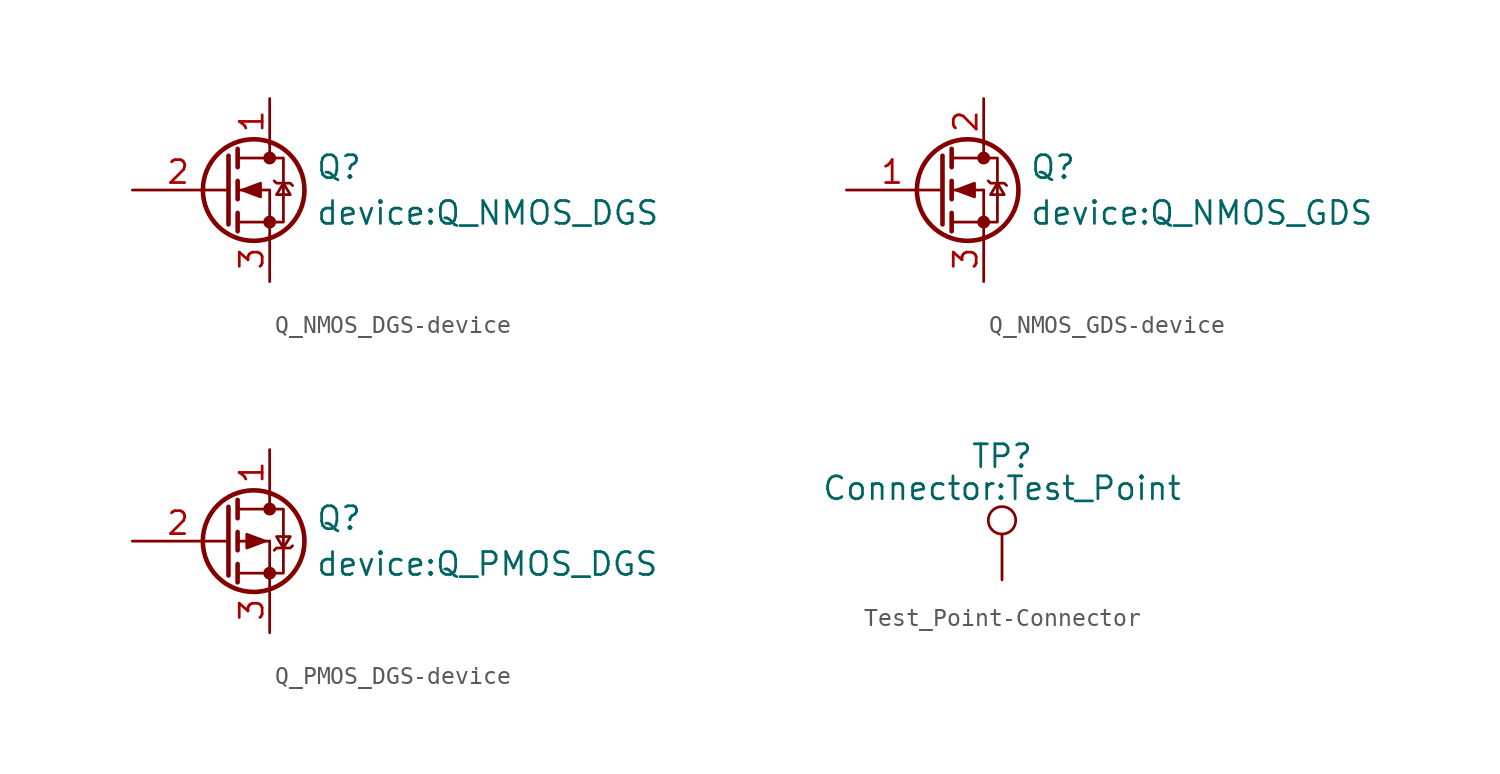
<source format=kicad_sym>
(kicad_symbol_lib
  (version 20241209)
  (generator "kicad_symbol_editor")
  (generator_version "9.0")
  (symbol "Q_NMOS_DGS-device"
    (pin_names
      (offset 0)
      (hide yes))
    (property "Reference" "Q"
      (at 5.08 1.27 0)
      (effects (font (size 1.27 1.27)) (justify left)))
    (property "Value" "device:Q_NMOS_DGS"
      (at 5.08 -1.27 0)
      (effects (font (size 1.27 1.27)) (justify left)))
    (symbol "Q_NMOS_DGS-device_0_1"
      (polyline (pts (xy 0.051 0) (xy 0.254 0)) (stroke (width 0) (type solid)) (fill (type none)))
      (polyline (pts (xy 0.254 1.905) (xy 0.254 -1.905) (xy 0.254 -1.905)) (stroke (width 0.254) (type solid)) (fill (type none)))
      (polyline (pts (xy 0.762 2.286) (xy 0.762 1.27)) (stroke (width 0.254) (type solid)) (fill (type none)))
      (polyline (pts (xy 0.762 1.778) (xy 2.54 1.778)) (stroke (width 0) (type solid)) (fill (type none)))
      (polyline (pts (xy 0.762 0.508) (xy 0.762 -0.508)) (stroke (width 0.254) (type solid)) (fill (type none)))
      (polyline (pts (xy 0.762 0) (xy 2.54 0)) (stroke (width 0) (type solid)) (fill (type none)))
      (polyline (pts (xy 0.762 -1.27) (xy 0.762 -2.286)) (stroke (width 0.254) (type solid)) (fill (type none)))
      (polyline (pts (xy 0.762 -1.778) (xy 2.54 -1.778)) (stroke (width 0) (type solid)) (fill (type none)))
      (polyline (pts (xy 1.016 0) (xy 2.032 0.381) (xy 2.032 -0.381) (xy 1.016 0)) (stroke (width 0) (type solid)) (fill (type outline)))
      (circle (center 1.651 0) (radius 2.819) (stroke (width 0.254) (type solid)) (fill (type none)))
      (polyline (pts (xy 2.54 2.54) (xy 2.54 1.778)) (stroke (width 0) (type solid)) (fill (type none)))
      (circle (center 2.54 1.778) (radius 0.279) (stroke (width 0) (type solid)) (fill (type outline)))
      (polyline (pts (xy 2.54 -1.778) (xy 2.54 0)) (stroke (width 0) (type solid)) (fill (type none)))
      (polyline (pts (xy 2.54 -1.778) (xy 2.54 -2.54)) (stroke (width 0) (type solid)) (fill (type none)))
      (polyline (pts (xy 2.54 -1.778) (xy 3.302 -1.778) (xy 3.302 1.778) (xy 2.54 1.778)) (stroke (width 0) (type solid)) (fill (type none)))
      (circle (center 2.54 -1.778) (radius 0.279) (stroke (width 0) (type solid)) (fill (type outline)))
      (polyline (pts (xy 2.794 0.508) (xy 2.921 0.381) (xy 3.683 0.381) (xy 3.81 0.254)) (stroke (width 0) (type solid)) (fill (type none)))
      (polyline (pts (xy 3.302 0.381) (xy 2.921 -0.254) (xy 3.683 -0.254) (xy 3.302 0.381)) (stroke (width 0) (type solid)) (fill (type none))))
    (symbol "Q_NMOS_DGS-device_1_1"
      (pin input line (at -5.08 0 0) (length 5.08) (name "G" (effects (font (size 1.27 1.27)))) (number "2" (effects (font (size 1.27 1.27)))))
      (pin passive line (at 2.54 5.08 270) (length 2.54) (name "D" (effects (font (size 1.27 1.27)))) (number "1" (effects (font (size 1.27 1.27)))))
      (pin passive line (at 2.54 -5.08 90) (length 2.54) (name "S" (effects (font (size 1.27 1.27)))) (number "3" (effects (font (size 1.27 1.27)))))))
  (symbol "Q_NMOS_GDS-device"
    (pin_names
      (offset 0)
      (hide yes))
    (property "Reference" "Q"
      (at 5.08 1.27 0)
      (effects (font (size 1.27 1.27)) (justify left)))
    (property "Value" "device:Q_NMOS_GDS"
      (at 5.08 -1.27 0)
      (effects (font (size 1.27 1.27)) (justify left)))
    (symbol "Q_NMOS_GDS-device_0_1"
      (polyline (pts (xy 0.051 0) (xy 0.254 0)) (stroke (width 0) (type solid)) (fill (type none)))
      (polyline (pts (xy 0.254 1.905) (xy 0.254 -1.905) (xy 0.254 -1.905)) (stroke (width 0.254) (type solid)) (fill (type none)))
      (polyline (pts (xy 0.762 2.286) (xy 0.762 1.27)) (stroke (width 0.254) (type solid)) (fill (type none)))
      (polyline (pts (xy 0.762 1.778) (xy 2.54 1.778)) (stroke (width 0) (type solid)) (fill (type none)))
      (polyline (pts (xy 0.762 0.508) (xy 0.762 -0.508)) (stroke (width 0.254) (type solid)) (fill (type none)))
      (polyline (pts (xy 0.762 0) (xy 2.54 0)) (stroke (width 0) (type solid)) (fill (type none)))
      (polyline (pts (xy 0.762 -1.27) (xy 0.762 -2.286)) (stroke (width 0.254) (type solid)) (fill (type none)))
      (polyline (pts (xy 0.762 -1.778) (xy 2.54 -1.778)) (stroke (width 0) (type solid)) (fill (type none)))
      (polyline (pts (xy 1.016 0) (xy 2.032 0.381) (xy 2.032 -0.381) (xy 1.016 0)) (stroke (width 0) (type solid)) (fill (type outline)))
      (circle (center 1.651 0) (radius 2.819) (stroke (width 0.254) (type solid)) (fill (type none)))
      (polyline (pts (xy 2.54 2.54) (xy 2.54 1.778)) (stroke (width 0) (type solid)) (fill (type none)))
      (circle (center 2.54 1.778) (radius 0.279) (stroke (width 0) (type solid)) (fill (type outline)))
      (polyline (pts (xy 2.54 -1.778) (xy 2.54 0)) (stroke (width 0) (type solid)) (fill (type none)))
      (polyline (pts (xy 2.54 -1.778) (xy 2.54 -2.54)) (stroke (width 0) (type solid)) (fill (type none)))
      (polyline (pts (xy 2.54 -1.778) (xy 3.302 -1.778) (xy 3.302 1.778) (xy 2.54 1.778)) (stroke (width 0) (type solid)) (fill (type none)))
      (circle (center 2.54 -1.778) (radius 0.279) (stroke (width 0) (type solid)) (fill (type outline)))
      (polyline (pts (xy 2.794 0.508) (xy 2.921 0.381) (xy 3.683 0.381) (xy 3.81 0.254)) (stroke (width 0) (type solid)) (fill (type none)))
      (polyline (pts (xy 3.302 0.381) (xy 2.921 -0.254) (xy 3.683 -0.254) (xy 3.302 0.381)) (stroke (width 0) (type solid)) (fill (type none))))
    (symbol "Q_NMOS_GDS-device_1_1"
      (pin input line (at -5.08 0 0) (length 5.08) (name "G" (effects (font (size 1.27 1.27)))) (number "1" (effects (font (size 1.27 1.27)))))
      (pin passive line (at 2.54 5.08 270) (length 2.54) (name "D" (effects (font (size 1.27 1.27)))) (number "2" (effects (font (size 1.27 1.27)))))
      (pin passive line (at 2.54 -5.08 90) (length 2.54) (name "S" (effects (font (size 1.27 1.27)))) (number "3" (effects (font (size 1.27 1.27)))))))
  (symbol "Q_PMOS_DGS-device"
    (pin_names
      (offset 0)
      (hide yes))
    (property "Reference" "Q"
      (at 5.08 1.27 0)
      (effects (font (size 1.27 1.27)) (justify left)))
    (property "Value" "device:Q_PMOS_DGS"
      (at 5.08 -1.27 0)
      (effects (font (size 1.27 1.27)) (justify left)))
    (symbol "Q_PMOS_DGS-device_0_1"
      (polyline (pts (xy 0.051 0) (xy 0.254 0)) (stroke (width 0) (type solid)) (fill (type none)))
      (polyline (pts (xy 0.254 1.905) (xy 0.254 -1.905) (xy 0.254 -1.905)) (stroke (width 0.254) (type solid)) (fill (type none)))
      (polyline (pts (xy 0.762 2.286) (xy 0.762 1.27)) (stroke (width 0.254) (type solid)) (fill (type none)))
      (polyline (pts (xy 0.762 1.778) (xy 2.54 1.778)) (stroke (width 0) (type solid)) (fill (type none)))
      (polyline (pts (xy 0.762 0.508) (xy 0.762 -0.508)) (stroke (width 0.254) (type solid)) (fill (type none)))
      (polyline (pts (xy 0.762 0) (xy 2.54 0)) (stroke (width 0) (type solid)) (fill (type none)))
      (polyline (pts (xy 0.762 -1.27) (xy 0.762 -2.286)) (stroke (width 0.254) (type solid)) (fill (type none)))
      (polyline (pts (xy 0.762 -1.778) (xy 2.54 -1.778)) (stroke (width 0) (type solid)) (fill (type none)))
      (circle (center 1.651 0) (radius 2.819) (stroke (width 0.254) (type solid)) (fill (type none)))
      (polyline (pts (xy 2.286 0) (xy 1.27 -0.381) (xy 1.27 0.381) (xy 2.286 0)) (stroke (width 0) (type solid)) (fill (type outline)))
      (polyline (pts (xy 2.54 2.54) (xy 2.54 1.778)) (stroke (width 0) (type solid)) (fill (type none)))
      (circle (center 2.54 1.778) (radius 0.279) (stroke (width 0) (type solid)) (fill (type outline)))
      (polyline (pts (xy 2.54 -1.778) (xy 2.54 0)) (stroke (width 0) (type solid)) (fill (type none)))
      (polyline (pts (xy 2.54 -1.778) (xy 2.54 -2.54)) (stroke (width 0) (type solid)) (fill (type none)))
      (polyline (pts (xy 2.54 -1.778) (xy 3.302 -1.778) (xy 3.302 1.778) (xy 2.54 1.778)) (stroke (width 0) (type solid)) (fill (type none)))
      (circle (center 2.54 -1.778) (radius 0.279) (stroke (width 0) (type solid)) (fill (type outline)))
      (polyline (pts (xy 2.794 -0.508) (xy 2.921 -0.381) (xy 3.683 -0.381) (xy 3.81 -0.254)) (stroke (width 0) (type solid)) (fill (type none)))
      (polyline (pts (xy 3.302 -0.381) (xy 2.921 0.254) (xy 3.683 0.254) (xy 3.302 -0.381)) (stroke (width 0) (type solid)) (fill (type none))))
    (symbol "Q_PMOS_DGS-device_1_1"
      (pin input line (at -5.08 0 0) (length 5.08) (name "G" (effects (font (size 1.27 1.27)))) (number "2" (effects (font (size 1.27 1.27)))))
      (pin passive line (at 2.54 5.08 270) (length 2.54) (name "D" (effects (font (size 1.27 1.27)))) (number "1" (effects (font (size 1.27 1.27)))))
      (pin passive line (at 2.54 -5.08 90) (length 2.54) (name "S" (effects (font (size 1.27 1.27)))) (number "3" (effects (font (size 1.27 1.27)))))))
  (symbol "Test_Point-Connector"
    (pin_numbers
      (hide yes))
    (pin_names
      (offset 0.762)
      (hide yes))
    (property "Reference" "TP"
      (at 0 6.858 0)
      (effects (font (size 1.27 1.27))))
    (property "Value" "Connector:Test_Point"
      (at 0 5.08 0)
      (effects (font (size 1.27 1.27))))
    (symbol "Test_Point-Connector_0_1"
      (circle (center 0 3.302) (radius 0.762) (stroke (width 0) (type solid)) (fill (type none))))
    (symbol "Test_Point-Connector_1_1"
      (pin passive line (at 0 0 90) (length 2.54) (name "1" (effects (font (size 1.27 1.27)))) (number "1" (effects (font (size 1.27 1.27))))))))
</source>
